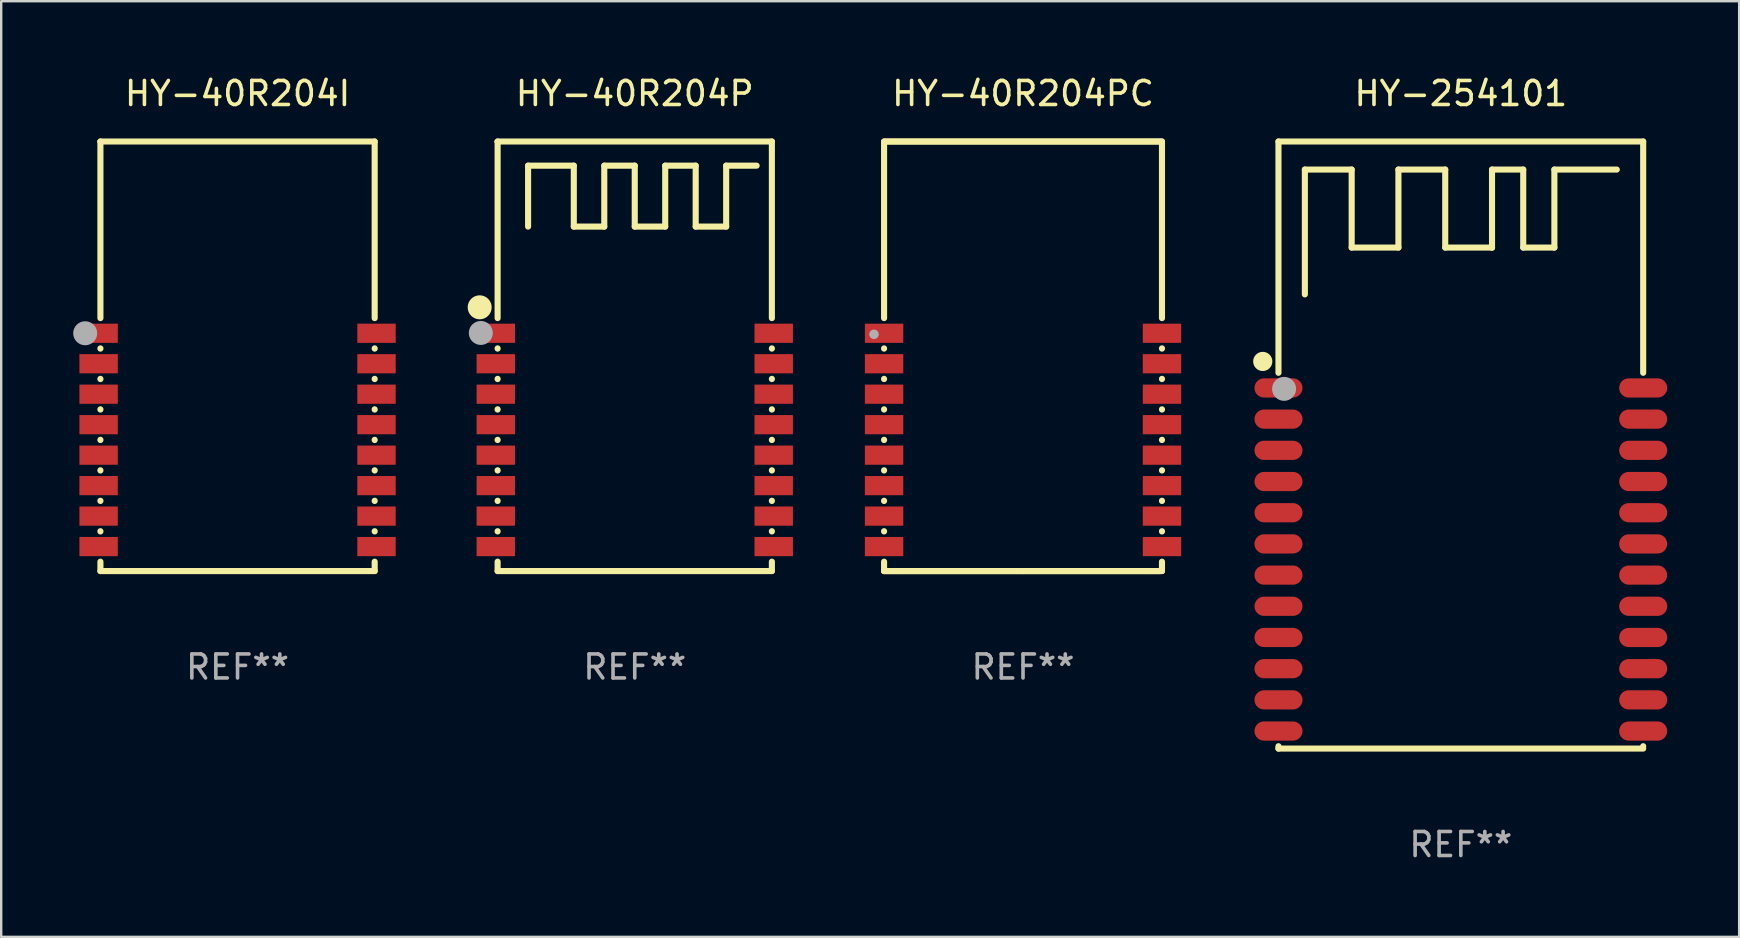
<source format=kicad_pcb>
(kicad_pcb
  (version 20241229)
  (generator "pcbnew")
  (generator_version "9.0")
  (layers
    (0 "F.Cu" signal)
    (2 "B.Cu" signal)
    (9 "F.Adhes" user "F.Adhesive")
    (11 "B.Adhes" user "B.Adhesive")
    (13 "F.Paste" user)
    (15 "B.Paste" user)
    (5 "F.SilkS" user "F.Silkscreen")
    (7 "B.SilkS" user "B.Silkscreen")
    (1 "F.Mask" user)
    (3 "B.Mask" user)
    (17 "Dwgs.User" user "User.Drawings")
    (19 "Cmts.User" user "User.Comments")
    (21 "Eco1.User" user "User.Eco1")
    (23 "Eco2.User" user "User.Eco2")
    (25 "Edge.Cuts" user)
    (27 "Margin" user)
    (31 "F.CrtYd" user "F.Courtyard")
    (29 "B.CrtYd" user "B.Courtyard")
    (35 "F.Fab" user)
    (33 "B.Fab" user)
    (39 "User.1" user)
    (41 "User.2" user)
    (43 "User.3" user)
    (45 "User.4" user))
  (footprint "HY-40R204PC"
    (layer "F.Cu")
    (at 39.586 11.799)
    (property "Reference" "HY-40R204PC" (at 0 -10.951 0) (layer "F.SilkS") (effects (font (size 1 1) (thickness 0.15))))
    (attr through_hole)
    (fp_line (start -5.791 -8.951) (end -5.791 -1.59) (stroke (width 0.254) (type solid)) (layer "F.SilkS"))
    (fp_line (start -5.791 -0.33) (end -5.791 -0.32) (stroke (width 0.254) (type solid)) (layer "F.SilkS"))
    (fp_line (start -5.791 0.94) (end -5.791 0.95) (stroke (width 0.254) (type solid)) (layer "F.SilkS"))
    (fp_line (start -5.791 2.21) (end -5.791 2.22) (stroke (width 0.254) (type solid)) (layer "F.SilkS"))
    (fp_line (start -5.791 3.48) (end -5.791 3.49) (stroke (width 0.254) (type solid)) (layer "F.SilkS"))
    (fp_line (start -5.791 4.75) (end -5.791 4.76) (stroke (width 0.254) (type solid)) (layer "F.SilkS"))
    (fp_line (start -5.791 6.02) (end -5.791 6.03) (stroke (width 0.254) (type solid)) (layer "F.SilkS"))
    (fp_line (start -5.791 7.29) (end -5.791 7.3) (stroke (width 0.254) (type solid)) (layer "F.SilkS"))
    (fp_line (start -5.791 8.56) (end -5.791 8.951) (stroke (width 0.254) (type solid)) (layer "F.SilkS"))
    (fp_line (start -5.791 8.951) (end 5.715 8.951) (stroke (width 0.254) (type solid)) (layer "F.SilkS"))
    (fp_line (start 0 8.951) (end -5.791 8.951) (stroke (width 0.254) (type solid)) (layer "F.SilkS"))
    (fp_line (start 0 8.951) (end 5.791 8.951) (stroke (width 0.254) (type solid)) (layer "F.SilkS"))
    (fp_line (start 5.715 -8.951) (end -5.715 -8.951) (stroke (width 0.254) (type solid)) (layer "F.SilkS"))
    (fp_line (start 5.791 -8.951) (end -5.791 -8.951) (stroke (width 0.254) (type solid)) (layer "F.SilkS"))
    (fp_line (start 5.791 -1.59) (end 5.791 -8.951) (stroke (width 0.254) (type solid)) (layer "F.SilkS"))
    (fp_line (start 5.791 -0.32) (end 5.791 -0.33) (stroke (width 0.254) (type solid)) (layer "F.SilkS"))
    (fp_line (start 5.791 0.95) (end 5.791 0.94) (stroke (width 0.254) (type solid)) (layer "F.SilkS"))
    (fp_line (start 5.791 2.22) (end 5.791 2.21) (stroke (width 0.254) (type solid)) (layer "F.SilkS"))
    (fp_line (start 5.791 3.49) (end 5.791 3.48) (stroke (width 0.254) (type solid)) (layer "F.SilkS"))
    (fp_line (start 5.791 4.76) (end 5.791 4.75) (stroke (width 0.254) (type solid)) (layer "F.SilkS"))
    (fp_line (start 5.791 6.03) (end 5.791 6.02) (stroke (width 0.254) (type solid)) (layer "F.SilkS"))
    (fp_line (start 5.791 7.3) (end 5.791 7.29) (stroke (width 0.254) (type solid)) (layer "F.SilkS"))
    (fp_line (start 5.791 8.951) (end 5.791 8.56) (stroke (width 0.254) (type solid)) (layer "F.SilkS"))
    (fp_circle (center -5.786 -8.954) (end -5.756 -8.954) (stroke (width 0.06) (type solid)) (fill no) (layer "F.SilkS"))
    (fp_circle (center -6.211 -0.916) (end -6.111 -0.916) (stroke (width 0.2) (type solid)) (fill no) (layer "F.Fab"))
    (fp_text user "REF**" (at 0 12.951 0) (layer "F.Fab") (effects (font (size 1 1) (thickness 0.15))))
    (pad "1" smd rect (at -5.791 -0.96 180) (size 1.6 0.8) (layers "F.Cu" "F.Mask" "F.Paste"))
    (pad "2" smd rect (at -5.791 0.31 180) (size 1.6 0.8) (layers "F.Cu" "F.Mask" "F.Paste"))
    (pad "3" smd rect (at -5.791 1.58 180) (size 1.6 0.8) (layers "F.Cu" "F.Mask" "F.Paste"))
    (pad "4" smd rect (at -5.791 2.85 180) (size 1.6 0.8) (layers "F.Cu" "F.Mask" "F.Paste"))
    (pad "5" smd rect (at -5.791 4.12 180) (size 1.6 0.8) (layers "F.Cu" "F.Mask" "F.Paste"))
    (pad "6" smd rect (at -5.791 5.39 180) (size 1.6 0.8) (layers "F.Cu" "F.Mask" "F.Paste"))
    (pad "7" smd rect (at -5.791 6.66 180) (size 1.6 0.8) (layers "F.Cu" "F.Mask" "F.Paste"))
    (pad "8" smd rect (at -5.791 7.93 180) (size 1.6 0.8) (layers "F.Cu" "F.Mask" "F.Paste"))
    (pad "9" smd rect (at 5.791 7.93 180) (size 1.6 0.8) (layers "F.Cu" "F.Mask" "F.Paste"))
    (pad "10" smd rect (at 5.791 6.66 180) (size 1.6 0.8) (layers "F.Cu" "F.Mask" "F.Paste"))
    (pad "11" smd rect (at 5.791 5.39 180) (size 1.6 0.8) (layers "F.Cu" "F.Mask" "F.Paste"))
    (pad "12" smd rect (at 5.791 4.12 180) (size 1.6 0.8) (layers "F.Cu" "F.Mask" "F.Paste"))
    (pad "13" smd rect (at 5.791 2.85 180) (size 1.6 0.8) (layers "F.Cu" "F.Mask" "F.Paste"))
    (pad "14" smd rect (at 5.791 1.58) (size 1.6 0.8) (layers "F.Cu" "F.Mask" "F.Paste"))
    (pad "15" smd rect (at 5.791 0.31 180) (size 1.6 0.8) (layers "F.Cu" "F.Mask" "F.Paste"))
    (pad "16" smd rect (at 5.791 -0.96 180) (size 1.6 0.8) (layers "F.Cu" "F.Mask" "F.Paste")))
  (footprint "HY-40R204P"
    (layer "F.Cu")
    (at 23.404 11.799)
    (property "Reference" "HY-40R204P" (at 0 -10.951 0) (layer "F.SilkS") (effects (font (size 1 1) (thickness 0.15))))
    (attr through_hole)
    (fp_line (start -5.715 -8.951) (end -5.715 -1.59) (stroke (width 0.254) (type solid)) (layer "F.SilkS"))
    (fp_line (start -5.715 -0.33) (end -5.715 -0.32) (stroke (width 0.254) (type solid)) (layer "F.SilkS"))
    (fp_line (start -5.715 0.94) (end -5.715 0.95) (stroke (width 0.254) (type solid)) (layer "F.SilkS"))
    (fp_line (start -5.715 2.21) (end -5.715 2.22) (stroke (width 0.254) (type solid)) (layer "F.SilkS"))
    (fp_line (start -5.715 3.48) (end -5.715 3.49) (stroke (width 0.254) (type solid)) (layer "F.SilkS"))
    (fp_line (start -5.715 4.75) (end -5.715 4.76) (stroke (width 0.254) (type solid)) (layer "F.SilkS"))
    (fp_line (start -5.715 6.02) (end -5.715 6.03) (stroke (width 0.254) (type solid)) (layer "F.SilkS"))
    (fp_line (start -5.715 7.29) (end -5.715 7.3) (stroke (width 0.254) (type solid)) (layer "F.SilkS"))
    (fp_line (start -5.715 8.56) (end -5.715 8.951) (stroke (width 0.254) (type solid)) (layer "F.SilkS"))
    (fp_line (start -5.715 8.951) (end 5.715 8.951) (stroke (width 0.254) (type solid)) (layer "F.SilkS"))
    (fp_line (start -4.445 -7.945) (end -2.54 -7.945) (stroke (width 0.254) (type solid)) (layer "F.SilkS"))
    (fp_line (start -4.445 -5.405) (end -4.445 -7.945) (stroke (width 0.254) (type solid)) (layer "F.SilkS"))
    (fp_line (start -2.54 -7.945) (end -2.54 -5.405) (stroke (width 0.254) (type solid)) (layer "F.SilkS"))
    (fp_line (start -2.54 -5.405) (end -1.27 -5.405) (stroke (width 0.254) (type solid)) (layer "F.SilkS"))
    (fp_line (start -1.27 -7.945) (end 0 -7.945) (stroke (width 0.254) (type solid)) (layer "F.SilkS"))
    (fp_line (start -1.27 -5.405) (end -1.27 -7.945) (stroke (width 0.254) (type solid)) (layer "F.SilkS"))
    (fp_line (start 0 -7.945) (end 0 -5.405) (stroke (width 0.254) (type solid)) (layer "F.SilkS"))
    (fp_line (start 0 -5.405) (end 1.27 -5.405) (stroke (width 0.254) (type solid)) (layer "F.SilkS"))
    (fp_line (start 1.27 -7.945) (end 2.54 -7.945) (stroke (width 0.254) (type solid)) (layer "F.SilkS"))
    (fp_line (start 1.27 -5.405) (end 1.27 -7.945) (stroke (width 0.254) (type solid)) (layer "F.SilkS"))
    (fp_line (start 2.54 -7.945) (end 2.54 -5.405) (stroke (width 0.254) (type solid)) (layer "F.SilkS"))
    (fp_line (start 2.54 -5.405) (end 3.81 -5.405) (stroke (width 0.254) (type solid)) (layer "F.SilkS"))
    (fp_line (start 3.81 -7.945) (end 5.08 -7.945) (stroke (width 0.254) (type solid)) (layer "F.SilkS"))
    (fp_line (start 3.81 -5.405) (end 3.81 -7.945) (stroke (width 0.254) (type solid)) (layer "F.SilkS"))
    (fp_line (start 5.715 -8.951) (end -5.715 -8.951) (stroke (width 0.254) (type solid)) (layer "F.SilkS"))
    (fp_line (start 5.715 -8.951) (end 5.715 -1.59) (stroke (width 0.254) (type solid)) (layer "F.SilkS"))
    (fp_line (start 5.715 -0.33) (end 5.715 -0.32) (stroke (width 0.254) (type solid)) (layer "F.SilkS"))
    (fp_line (start 5.715 0.94) (end 5.715 0.95) (stroke (width 0.254) (type solid)) (layer "F.SilkS"))
    (fp_line (start 5.715 2.21) (end 5.715 2.22) (stroke (width 0.254) (type solid)) (layer "F.SilkS"))
    (fp_line (start 5.715 3.48) (end 5.715 3.49) (stroke (width 0.254) (type solid)) (layer "F.SilkS"))
    (fp_line (start 5.715 4.75) (end 5.715 4.76) (stroke (width 0.254) (type solid)) (layer "F.SilkS"))
    (fp_line (start 5.715 6.02) (end 5.715 6.03) (stroke (width 0.254) (type solid)) (layer "F.SilkS"))
    (fp_line (start 5.715 7.29) (end 5.715 7.3) (stroke (width 0.254) (type solid)) (layer "F.SilkS"))
    (fp_line (start 5.715 8.56) (end 5.715 8.951) (stroke (width 0.254) (type solid)) (layer "F.SilkS"))
    (fp_circle (center -6.463 -2.041) (end -6.213 -2.041) (stroke (width 0.5) (type solid)) (fill no) (layer "F.SilkS"))
    (fp_circle (center -5.795 -8.95) (end -5.765 -8.95) (stroke (width 0.06) (type solid)) (fill no) (layer "F.SilkS"))
    (fp_circle (center -6.416 -0.973) (end -6.166 -0.973) (stroke (width 0.5) (type solid)) (fill no) (layer "F.Fab"))
    (fp_text user "REF**" (at 0 12.951 0) (layer "F.Fab") (effects (font (size 1 1) (thickness 0.15))))
    (pad "1" smd rect (at -5.791 -0.96 180) (size 1.6 0.8) (layers "F.Cu" "F.Mask" "F.Paste"))
    (pad "2" smd rect (at -5.791 0.31 180) (size 1.6 0.8) (layers "F.Cu" "F.Mask" "F.Paste"))
    (pad "3" smd rect (at -5.791 1.58 180) (size 1.6 0.8) (layers "F.Cu" "F.Mask" "F.Paste"))
    (pad "4" smd rect (at -5.791 2.85 180) (size 1.6 0.8) (layers "F.Cu" "F.Mask" "F.Paste"))
    (pad "5" smd rect (at -5.791 4.12 180) (size 1.6 0.8) (layers "F.Cu" "F.Mask" "F.Paste"))
    (pad "6" smd rect (at -5.791 5.39 180) (size 1.6 0.8) (layers "F.Cu" "F.Mask" "F.Paste"))
    (pad "7" smd rect (at -5.791 6.66 180) (size 1.6 0.8) (layers "F.Cu" "F.Mask" "F.Paste"))
    (pad "8" smd rect (at -5.791 7.93 180) (size 1.6 0.8) (layers "F.Cu" "F.Mask" "F.Paste"))
    (pad "9" smd rect (at 5.791 7.93 180) (size 1.6 0.8) (layers "F.Cu" "F.Mask" "F.Paste"))
    (pad "10" smd rect (at 5.791 6.66 180) (size 1.6 0.8) (layers "F.Cu" "F.Mask" "F.Paste"))
    (pad "11" smd rect (at 5.791 5.39 180) (size 1.6 0.8) (layers "F.Cu" "F.Mask" "F.Paste"))
    (pad "12" smd rect (at 5.791 4.12 180) (size 1.6 0.8) (layers "F.Cu" "F.Mask" "F.Paste"))
    (pad "13" smd rect (at 5.791 2.85 180) (size 1.6 0.8) (layers "F.Cu" "F.Mask" "F.Paste"))
    (pad "14" smd rect (at 5.791 1.58) (size 1.6 0.8) (layers "F.Cu" "F.Mask" "F.Paste"))
    (pad "15" smd rect (at 5.791 0.31 180) (size 1.6 0.8) (layers "F.Cu" "F.Mask" "F.Paste"))
    (pad "16" smd rect (at 5.791 -0.96 180) (size 1.6 0.8) (layers "F.Cu" "F.Mask" "F.Paste")))
  (footprint "HY-40R204I"
    (layer "F.Cu")
    (at 6.85 11.799)
    (property "Reference" "HY-40R204I" (at 0 -10.951 0) (layer "F.SilkS") (effects (font (size 1 1) (thickness 0.15))))
    (attr through_hole)
    (fp_line (start -5.715 -8.951) (end -5.715 -1.59) (stroke (width 0.254) (type solid)) (layer "F.SilkS"))
    (fp_line (start -5.715 -0.33) (end -5.715 -0.32) (stroke (width 0.254) (type solid)) (layer "F.SilkS"))
    (fp_line (start -5.715 0.94) (end -5.715 0.95) (stroke (width 0.254) (type solid)) (layer "F.SilkS"))
    (fp_line (start -5.715 2.21) (end -5.715 2.22) (stroke (width 0.254) (type solid)) (layer "F.SilkS"))
    (fp_line (start -5.715 3.48) (end -5.715 3.49) (stroke (width 0.254) (type solid)) (layer "F.SilkS"))
    (fp_line (start -5.715 4.75) (end -5.715 4.76) (stroke (width 0.254) (type solid)) (layer "F.SilkS"))
    (fp_line (start -5.715 6.02) (end -5.715 6.03) (stroke (width 0.254) (type solid)) (layer "F.SilkS"))
    (fp_line (start -5.715 7.29) (end -5.715 7.3) (stroke (width 0.254) (type solid)) (layer "F.SilkS"))
    (fp_line (start -5.715 8.56) (end -5.715 8.951) (stroke (width 0.254) (type solid)) (layer "F.SilkS"))
    (fp_line (start -5.715 8.951) (end 5.715 8.951) (stroke (width 0.254) (type solid)) (layer "F.SilkS"))
    (fp_line (start 5.715 -8.951) (end -5.715 -8.951) (stroke (width 0.254) (type solid)) (layer "F.SilkS"))
    (fp_line (start 5.715 -8.951) (end 5.715 -1.59) (stroke (width 0.254) (type solid)) (layer "F.SilkS"))
    (fp_line (start 5.715 -0.33) (end 5.715 -0.32) (stroke (width 0.254) (type solid)) (layer "F.SilkS"))
    (fp_line (start 5.715 0.94) (end 5.715 0.95) (stroke (width 0.254) (type solid)) (layer "F.SilkS"))
    (fp_line (start 5.715 2.21) (end 5.715 2.22) (stroke (width 0.254) (type solid)) (layer "F.SilkS"))
    (fp_line (start 5.715 3.48) (end 5.715 3.49) (stroke (width 0.254) (type solid)) (layer "F.SilkS"))
    (fp_line (start 5.715 4.75) (end 5.715 4.76) (stroke (width 0.254) (type solid)) (layer "F.SilkS"))
    (fp_line (start 5.715 6.02) (end 5.715 6.03) (stroke (width 0.254) (type solid)) (layer "F.SilkS"))
    (fp_line (start 5.715 7.29) (end 5.715 7.3) (stroke (width 0.254) (type solid)) (layer "F.SilkS"))
    (fp_line (start 5.715 8.56) (end 5.715 8.951) (stroke (width 0.254) (type solid)) (layer "F.SilkS"))
    (fp_circle (center -5.791 -8.951) (end -5.761 -8.951) (stroke (width 0.06) (type solid)) (fill no) (layer "F.SilkS"))
    (fp_circle (center -6.35 -0.96) (end -6.1 -0.96) (stroke (width 0.5) (type solid)) (fill no) (layer "F.Fab"))
    (fp_text user "REF**" (at 0 12.951 0) (layer "F.Fab") (effects (font (size 1 1) (thickness 0.15))))
    (pad "1" smd rect (at -5.791 -0.96 180) (size 1.6 0.8) (layers "F.Cu" "F.Mask" "F.Paste"))
    (pad "2" smd rect (at -5.791 0.31 180) (size 1.6 0.8) (layers "F.Cu" "F.Mask" "F.Paste"))
    (pad "3" smd rect (at -5.791 1.58 180) (size 1.6 0.8) (layers "F.Cu" "F.Mask" "F.Paste"))
    (pad "4" smd rect (at -5.791 2.85 180) (size 1.6 0.8) (layers "F.Cu" "F.Mask" "F.Paste"))
    (pad "5" smd rect (at -5.791 4.12 180) (size 1.6 0.8) (layers "F.Cu" "F.Mask" "F.Paste"))
    (pad "6" smd rect (at -5.791 5.39 180) (size 1.6 0.8) (layers "F.Cu" "F.Mask" "F.Paste"))
    (pad "7" smd rect (at -5.791 6.66 180) (size 1.6 0.8) (layers "F.Cu" "F.Mask" "F.Paste"))
    (pad "8" smd rect (at -5.791 7.93 180) (size 1.6 0.8) (layers "F.Cu" "F.Mask" "F.Paste"))
    (pad "9" smd rect (at 5.791 7.93 180) (size 1.6 0.8) (layers "F.Cu" "F.Mask" "F.Paste"))
    (pad "10" smd rect (at 5.791 6.66 180) (size 1.6 0.8) (layers "F.Cu" "F.Mask" "F.Paste"))
    (pad "11" smd rect (at 5.791 5.39 180) (size 1.6 0.8) (layers "F.Cu" "F.Mask" "F.Paste"))
    (pad "12" smd rect (at 5.791 4.12 180) (size 1.6 0.8) (layers "F.Cu" "F.Mask" "F.Paste"))
    (pad "13" smd rect (at 5.791 2.85 180) (size 1.6 0.8) (layers "F.Cu" "F.Mask" "F.Paste"))
    (pad "14" smd rect (at 5.791 1.58) (size 1.6 0.8) (layers "F.Cu" "F.Mask" "F.Paste"))
    (pad "15" smd rect (at 5.791 0.31 180) (size 1.6 0.8) (layers "F.Cu" "F.Mask" "F.Paste"))
    (pad "16" smd rect (at 5.791 -0.96 180) (size 1.6 0.8) (layers "F.Cu" "F.Mask" "F.Paste")))
  (footprint "HY-254101"
    (layer "F.Cu")
    (at 57.832 15.498)
    (property "Reference" "HY-254101" (at 0 -14.65 0) (layer "F.SilkS") (effects (font (size 1 1) (thickness 0.15))))
    (attr through_hole)
    (fp_line (start -7.6 -12.65) (end -7.6 -3.011) (stroke (width 0.254) (type solid)) (layer "F.SilkS"))
    (fp_line (start -7.6 -12.65) (end 7.6 -12.65) (stroke (width 0.254) (type solid)) (layer "F.SilkS"))
    (fp_line (start -7.6 12.551) (end -7.6 12.65) (stroke (width 0.254) (type solid)) (layer "F.SilkS"))
    (fp_line (start -6.5 -11.481) (end -4.549 -11.481) (stroke (width 0.254) (type solid)) (layer "F.SilkS"))
    (fp_line (start -6.5 -6.279) (end -6.5 -11.481) (stroke (width 0.254) (type solid)) (layer "F.SilkS"))
    (fp_line (start -4.549 -11.481) (end -4.549 -8.23) (stroke (width 0.254) (type solid)) (layer "F.SilkS"))
    (fp_line (start -4.549 -8.23) (end -2.601 -8.23) (stroke (width 0.254) (type solid)) (layer "F.SilkS"))
    (fp_line (start -2.601 -11.481) (end -0.65 -11.481) (stroke (width 0.254) (type solid)) (layer "F.SilkS"))
    (fp_line (start -2.601 -8.23) (end -2.601 -11.481) (stroke (width 0.254) (type solid)) (layer "F.SilkS"))
    (fp_line (start -0.65 -11.481) (end -0.65 -8.23) (stroke (width 0.254) (type solid)) (layer "F.SilkS"))
    (fp_line (start -0.65 -8.23) (end 1.3 -8.23) (stroke (width 0.254) (type solid)) (layer "F.SilkS"))
    (fp_line (start 1.3 -11.481) (end 2.601 -11.481) (stroke (width 0.254) (type solid)) (layer "F.SilkS"))
    (fp_line (start 1.3 -8.23) (end 1.3 -11.481) (stroke (width 0.254) (type solid)) (layer "F.SilkS"))
    (fp_line (start 1.3 -8.23) (end 1.3 -8.23) (stroke (width 0.254) (type solid)) (layer "F.SilkS"))
    (fp_line (start 2.601 -11.481) (end 2.601 -8.23) (stroke (width 0.254) (type solid)) (layer "F.SilkS"))
    (fp_line (start 2.601 -8.23) (end 3.899 -8.23) (stroke (width 0.254) (type solid)) (layer "F.SilkS"))
    (fp_line (start 3.899 -11.481) (end 6.5 -11.481) (stroke (width 0.254) (type solid)) (layer "F.SilkS"))
    (fp_line (start 3.899 -8.23) (end 3.899 -11.481) (stroke (width 0.254) (type solid)) (layer "F.SilkS"))
    (fp_line (start 7.6 -12.65) (end 7.6 -3.011) (stroke (width 0.254) (type solid)) (layer "F.SilkS"))
    (fp_line (start 7.6 12.551) (end 7.6 12.57) (stroke (width 0.254) (type solid)) (layer "F.SilkS"))
    (fp_line (start 7.6 12.65) (end -7.6 12.65) (stroke (width 0.254) (type solid)) (layer "F.SilkS"))
    (fp_circle (center -8.255 -3.485) (end -8.055 -3.485) (stroke (width 0.4) (type solid)) (fill no) (layer "F.SilkS"))
    (fp_circle (center -7.6 -12.65) (end -7.57 -12.65) (stroke (width 0.06) (type solid)) (fill no) (layer "F.SilkS"))
    (fp_circle (center -7.366 -2.342) (end -7.116 -2.342) (stroke (width 0.5) (type solid)) (fill no) (layer "F.Fab"))
    (fp_text user "REF**" (at 0 16.65 0) (layer "F.Fab") (effects (font (size 1 1) (thickness 0.15))))
    (pad "1" smd oval (at -7.6 -2.38 90) (size 0.8 2) (layers "F.Cu" "F.Mask" "F.Paste"))
    (pad "2" smd oval (at -7.6 -1.08 90) (size 0.8 2) (layers "F.Cu" "F.Mask" "F.Paste"))
    (pad "3" smd oval (at -7.6 0.22 90) (size 0.8 2) (layers "F.Cu" "F.Mask" "F.Paste"))
    (pad "4" smd oval (at -7.6 1.52 90) (size 0.8 2) (layers "F.Cu" "F.Mask" "F.Paste"))
    (pad "5" smd oval (at -7.6 2.82 90) (size 0.8 2) (layers "F.Cu" "F.Mask" "F.Paste"))
    (pad "6" smd oval (at -7.6 4.12 90) (size 0.8 2) (layers "F.Cu" "F.Mask" "F.Paste"))
    (pad "7" smd oval (at -7.6 5.42 90) (size 0.8 2) (layers "F.Cu" "F.Mask" "F.Paste"))
    (pad "8" smd oval (at -7.6 6.72 90) (size 0.8 2) (layers "F.Cu" "F.Mask" "F.Paste"))
    (pad "9" smd oval (at -7.6 8.02 90) (size 0.8 2) (layers "F.Cu" "F.Mask" "F.Paste"))
    (pad "10" smd oval (at -7.6 9.32 90) (size 0.8 2) (layers "F.Cu" "F.Mask" "F.Paste"))
    (pad "11" smd oval (at -7.6 10.62 90) (size 0.8 2) (layers "F.Cu" "F.Mask" "F.Paste"))
    (pad "12" smd oval (at -7.6 11.92 90) (size 0.8 2) (layers "F.Cu" "F.Mask" "F.Paste"))
    (pad "13" smd oval (at 7.6 11.92 90) (size 0.8 2) (layers "F.Cu" "F.Mask" "F.Paste"))
    (pad "14" smd oval (at 7.6 10.62 90) (size 0.8 2) (layers "F.Cu" "F.Mask" "F.Paste"))
    (pad "15" smd oval (at 7.6 9.32 90) (size 0.8 2) (layers "F.Cu" "F.Mask" "F.Paste"))
    (pad "16" smd oval (at 7.6 8.02 90) (size 0.8 2) (layers "F.Cu" "F.Mask" "F.Paste"))
    (pad "17" smd oval (at 7.6 6.72 90) (size 0.8 2) (layers "F.Cu" "F.Mask" "F.Paste"))
    (pad "18" smd oval (at 7.6 5.42 90) (size 0.8 2) (layers "F.Cu" "F.Mask" "F.Paste"))
    (pad "19" smd oval (at 7.6 4.12 90) (size 0.8 2) (layers "F.Cu" "F.Mask" "F.Paste"))
    (pad "20" smd oval (at 7.6 2.82 90) (size 0.8 2) (layers "F.Cu" "F.Mask" "F.Paste"))
    (pad "21" smd oval (at 7.6 1.52 90) (size 0.8 2) (layers "F.Cu" "F.Mask" "F.Paste"))
    (pad "22" smd oval (at 7.6 0.22 90) (size 0.8 2) (layers "F.Cu" "F.Mask" "F.Paste"))
    (pad "23" smd oval (at 7.6 -1.08 90) (size 0.8 2) (layers "F.Cu" "F.Mask" "F.Paste"))
    (pad "24" smd oval (at 7.6 -2.38 90) (size 0.8 2) (layers "F.Cu" "F.Mask" "F.Paste")))
  (gr_rect
    (start -3 -3)
    (end 69.432 35.996)
    (stroke (width 0.1) (type default))
    (fill no)
    (layer "Edge.Cuts")))
</source>
